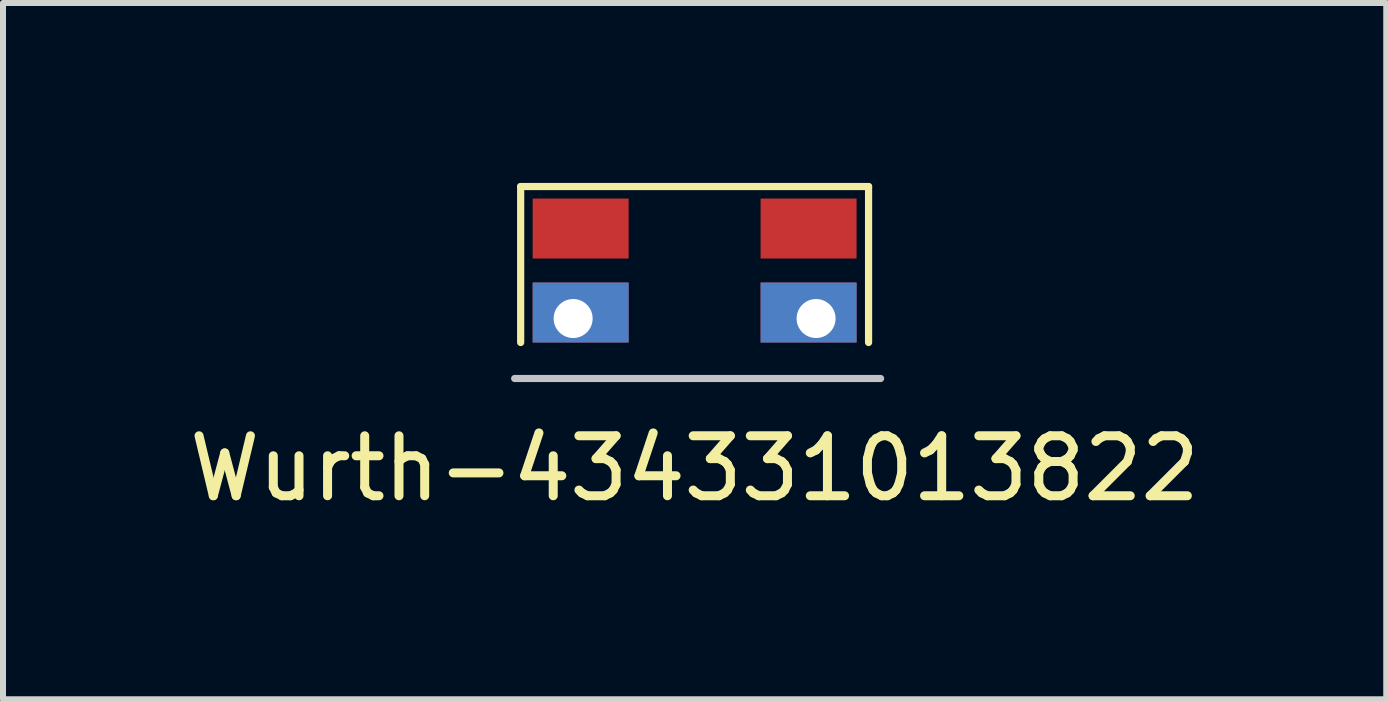
<source format=kicad_pcb>
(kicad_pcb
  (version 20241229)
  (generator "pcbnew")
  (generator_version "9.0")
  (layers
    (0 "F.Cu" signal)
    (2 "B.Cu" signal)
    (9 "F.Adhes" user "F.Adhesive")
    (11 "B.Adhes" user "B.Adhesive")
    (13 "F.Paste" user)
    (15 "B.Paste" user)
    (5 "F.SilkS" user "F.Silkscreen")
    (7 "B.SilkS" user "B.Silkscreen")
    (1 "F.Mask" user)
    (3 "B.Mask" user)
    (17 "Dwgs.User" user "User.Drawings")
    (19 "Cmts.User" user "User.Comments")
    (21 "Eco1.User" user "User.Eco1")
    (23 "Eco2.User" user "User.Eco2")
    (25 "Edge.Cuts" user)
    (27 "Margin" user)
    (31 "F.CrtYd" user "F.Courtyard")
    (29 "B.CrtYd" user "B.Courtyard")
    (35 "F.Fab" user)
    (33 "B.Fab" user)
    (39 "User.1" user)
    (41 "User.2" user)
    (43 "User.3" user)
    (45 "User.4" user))
  (footprint "Wurth-434331013822"
    (layer "F.Cu")
    (at 8.53 1.46)
    (property "Reference" "Wurth-434331013822" (at 0 3.3 0) (layer "F.SilkS") (effects (font (size 1 1) (thickness 0.15))))
    (attr through_hole)
    (fp_line (start -2.9 -1.4) (end -2.9 1.2) (stroke (width 0.12) (type solid)) (layer "F.SilkS"))
    (fp_line (start -2.9 -1.4) (end 2.9 -1.4) (stroke (width 0.12) (type solid)) (layer "F.SilkS"))
    (fp_line (start 2.9 -1.4) (end 2.9 1.2) (stroke (width 0.12) (type solid)) (layer "F.SilkS"))
    (fp_line (start -3 1.8) (end 3.1 1.8) (stroke (width 0.12) (type solid)) (layer "Dwgs.User"))
    (pad "1" smd rect (at -1.9 -0.7) (size 1.6 1) (layers "F.Cu" "F.Mask" "F.Paste"))
    (pad "1" smd rect (at 1.9 -0.7) (size 1.6 1) (layers "F.Cu" "F.Mask" "F.Paste"))
    (pad "2" thru_hole rect (at -2.025 0.8) (size 1.6 1) (drill 0.65 (offset 0.125 -0.1)) (layers "*.Cu" "*.Mask"))
    (pad "2" thru_hole rect (at 2.025 0.8) (size 1.6 1) (drill 0.65 (offset -0.125 -0.1)) (layers "*.Cu" "*.Mask")))
  (gr_rect
    (start -3 -3)
    (end 20.06 8.608)
    (stroke (width 0.1) (type default))
    (fill no)
    (layer "Edge.Cuts")))
</source>
